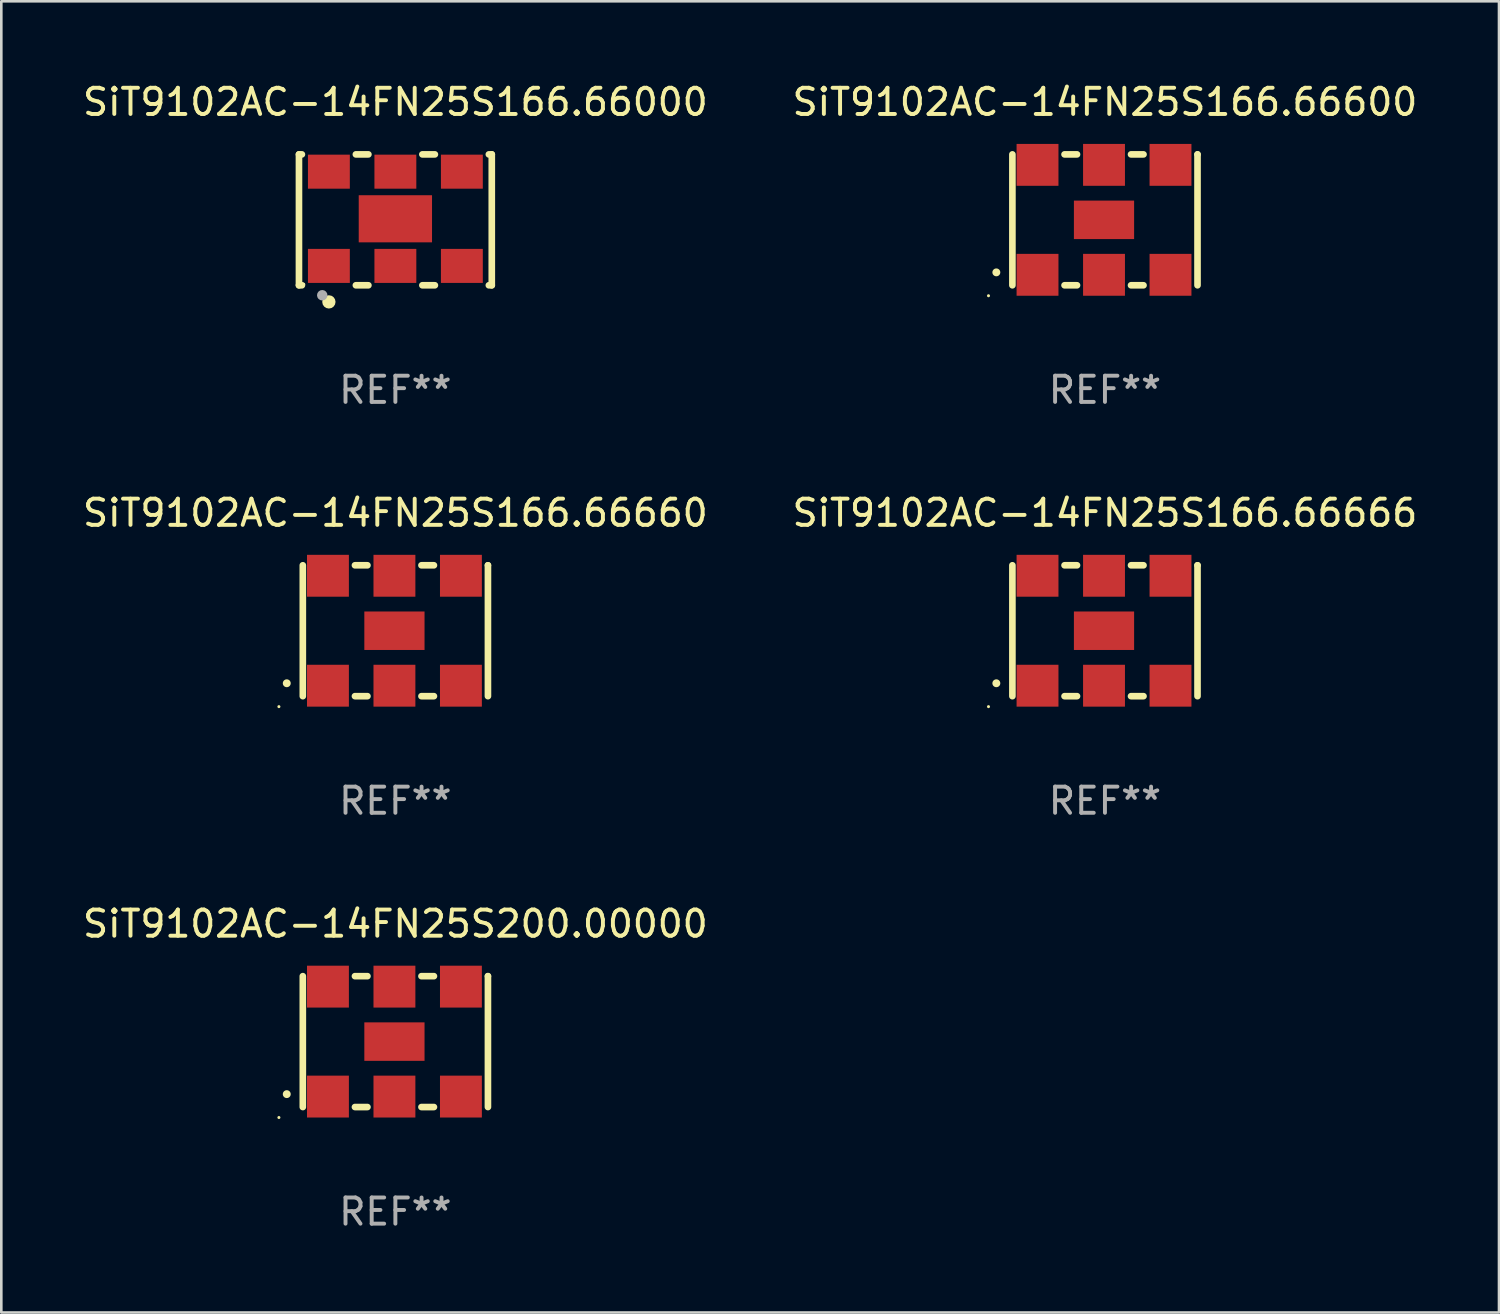
<source format=kicad_pcb>
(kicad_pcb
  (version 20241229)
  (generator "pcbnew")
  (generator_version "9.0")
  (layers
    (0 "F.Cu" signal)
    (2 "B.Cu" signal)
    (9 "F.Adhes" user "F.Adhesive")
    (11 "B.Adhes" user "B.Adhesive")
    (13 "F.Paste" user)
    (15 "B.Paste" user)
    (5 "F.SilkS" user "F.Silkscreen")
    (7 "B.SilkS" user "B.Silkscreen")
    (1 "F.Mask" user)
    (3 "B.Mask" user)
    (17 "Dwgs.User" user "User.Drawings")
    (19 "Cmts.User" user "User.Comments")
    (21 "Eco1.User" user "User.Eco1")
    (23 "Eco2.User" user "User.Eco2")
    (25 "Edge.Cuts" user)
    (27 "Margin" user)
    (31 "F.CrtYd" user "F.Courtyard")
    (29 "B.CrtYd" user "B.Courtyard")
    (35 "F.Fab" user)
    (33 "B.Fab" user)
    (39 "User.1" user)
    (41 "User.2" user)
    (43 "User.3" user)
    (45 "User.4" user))
  (footprint "SiT9102AC-14FN25S166.66600"
    (layer "F.Cu")
    (at 39.161 5.348)
    (property "Reference" "SiT9102AC-14FN25S166.66600" (at 0 -4.5 0) (layer "F.SilkS") (effects (font (size 1 1) (thickness 0.15))))
    (attr through_hole)
    (fp_line (start -3.536 -2.5) (end -3.536 2.5) (stroke (width 0.254) (type solid)) (layer "F.SilkS"))
    (fp_line (start -1.544 2.5) (end -1.067 2.5) (stroke (width 0.254) (type solid)) (layer "F.SilkS"))
    (fp_line (start -1.067 -2.5) (end -1.544 -2.5) (stroke (width 0.254) (type solid)) (layer "F.SilkS"))
    (fp_line (start 0.996 2.5) (end 1.473 2.5) (stroke (width 0.254) (type solid)) (layer "F.SilkS"))
    (fp_line (start 1.473 -2.5) (end 0.996 -2.5) (stroke (width 0.254) (type solid)) (layer "F.SilkS"))
    (fp_line (start 3.536 -2.5) (end 3.536 -2.5) (stroke (width 0.254) (type solid)) (layer "F.SilkS"))
    (fp_line (start 3.536 2.5) (end 3.536 -2.5) (stroke (width 0.254) (type solid)) (layer "F.SilkS"))
    (fp_arc (start -4.150432 2.006604) (mid -4.149162 2.006599) (end -4.147892 2.006604) (stroke (width 0.3) (type solid)) (layer "F.SilkS"))
    (fp_circle (center -4.449 2.9) (end -4.419 2.9) (stroke (width 0.06) (type solid)) (fill no) (layer "F.SilkS"))
    (fp_text user "REF**" (at 0 6.5 0) (layer "F.Fab") (effects (font (size 1 1) (thickness 0.15))))
    (pad "1" smd rect (at -2.576 2.1) (size 1.6 1.6) (layers "F.Cu" "F.Mask" "F.Paste"))
    (pad "2" smd rect (at -0.036 2.1) (size 1.6 1.6) (layers "F.Cu" "F.Mask" "F.Paste"))
    (pad "3" smd rect (at 2.504 2.1) (size 1.6 1.6) (layers "F.Cu" "F.Mask" "F.Paste"))
    (pad "4" smd rect (at 2.504 -2.1) (size 1.6 1.6) (layers "F.Cu" "F.Mask" "F.Paste"))
    (pad "5" smd rect (at -0.036 -2.1) (size 1.6 1.6) (layers "F.Cu" "F.Mask" "F.Paste"))
    (pad "6" smd rect (at -2.576 -2.1) (size 1.6 1.6) (layers "F.Cu" "F.Mask" "F.Paste"))
    (pad "7" smd rect (at -0.036 0) (size 2.3 1.47) (layers "F.Cu" "F.Mask" "F.Paste")))
  (footprint "SiT9102AC-14FN25S166.66000"
    (layer "F.Cu")
    (at 12.054 5.348)
    (property "Reference" "SiT9102AC-14FN25S166.66000" (at 0 -4.5 0) (layer "F.SilkS") (effects (font (size 1 1) (thickness 0.15))))
    (attr through_hole)
    (fp_line (start -3.683 -2.5) (end -3.571 -2.5) (stroke (width 0.254) (type solid)) (layer "F.SilkS"))
    (fp_line (start -3.683 2.5) (end -3.683 -2.5) (stroke (width 0.254) (type solid)) (layer "F.SilkS"))
    (fp_line (start -3.683 2.5) (end -3.571 2.5) (stroke (width 0.254) (type solid)) (layer "F.SilkS"))
    (fp_line (start -1.509 -2.5) (end -1.031 -2.5) (stroke (width 0.254) (type solid)) (layer "F.SilkS"))
    (fp_line (start -1.509 2.5) (end -1.031 2.5) (stroke (width 0.254) (type solid)) (layer "F.SilkS"))
    (fp_line (start 1.031 -2.5) (end 1.509 -2.5) (stroke (width 0.254) (type solid)) (layer "F.SilkS"))
    (fp_line (start 1.031 2.5) (end 1.509 2.5) (stroke (width 0.254) (type solid)) (layer "F.SilkS"))
    (fp_line (start 3.571 -2.5) (end 3.683 -2.5) (stroke (width 0.254) (type solid)) (layer "F.SilkS"))
    (fp_line (start 3.571 2.5) (end 3.683 2.5) (stroke (width 0.254) (type solid)) (layer "F.SilkS"))
    (fp_line (start 3.683 2.5) (end 3.683 -2.5) (stroke (width 0.254) (type solid)) (layer "F.SilkS"))
    (fp_circle (center -3.5 2.46) (end -3.47 2.46) (stroke (width 0.06) (type solid)) (fill no) (layer "F.SilkS"))
    (fp_circle (center -2.54 3.135) (end -2.413 3.135) (stroke (width 0.254) (type solid)) (fill no) (layer "F.SilkS"))
    (fp_circle (center -2.794 2.881) (end -2.694 2.881) (stroke (width 0.2) (type solid)) (fill no) (layer "F.Fab"))
    (fp_text user "REF**" (at 0 6.5 0) (layer "F.Fab") (effects (font (size 1 1) (thickness 0.15))))
    (pad "1" smd rect (at -2.54 1.76) (size 1.6 1.3) (layers "F.Cu" "F.Mask" "F.Paste"))
    (pad "2" smd rect (at 0 1.76) (size 1.6 1.3) (layers "F.Cu" "F.Mask" "F.Paste"))
    (pad "3" smd rect (at 2.54 1.76) (size 1.6 1.3) (layers "F.Cu" "F.Mask" "F.Paste"))
    (pad "4" smd rect (at 2.54 -1.84) (size 1.6 1.3) (layers "F.Cu" "F.Mask" "F.Paste"))
    (pad "5" smd rect (at 0 -1.84) (size 1.6 1.3) (layers "F.Cu" "F.Mask" "F.Paste"))
    (pad "6" smd rect (at -2.54 -1.84) (size 1.6 1.3) (layers "F.Cu" "F.Mask" "F.Paste"))
    (pad "7" smd rect (at 0 -0.04) (size 2.8 1.8) (layers "F.Cu" "F.Mask" "F.Paste")))
  (footprint "SiT9102AC-14FN25S166.66666"
    (layer "F.Cu")
    (at 39.161 21.045)
    (property "Reference" "SiT9102AC-14FN25S166.66666" (at 0 -4.5 0) (layer "F.SilkS") (effects (font (size 1 1) (thickness 0.15))))
    (attr through_hole)
    (fp_line (start -3.536 -2.5) (end -3.536 2.5) (stroke (width 0.254) (type solid)) (layer "F.SilkS"))
    (fp_line (start -1.544 2.5) (end -1.067 2.5) (stroke (width 0.254) (type solid)) (layer "F.SilkS"))
    (fp_line (start -1.067 -2.5) (end -1.544 -2.5) (stroke (width 0.254) (type solid)) (layer "F.SilkS"))
    (fp_line (start 0.996 2.5) (end 1.473 2.5) (stroke (width 0.254) (type solid)) (layer "F.SilkS"))
    (fp_line (start 1.473 -2.5) (end 0.996 -2.5) (stroke (width 0.254) (type solid)) (layer "F.SilkS"))
    (fp_line (start 3.536 -2.5) (end 3.536 -2.5) (stroke (width 0.254) (type solid)) (layer "F.SilkS"))
    (fp_line (start 3.536 2.5) (end 3.536 -2.5) (stroke (width 0.254) (type solid)) (layer "F.SilkS"))
    (fp_arc (start -4.150432 2.006604) (mid -4.149162 2.006599) (end -4.147892 2.006604) (stroke (width 0.3) (type solid)) (layer "F.SilkS"))
    (fp_circle (center -4.449 2.9) (end -4.419 2.9) (stroke (width 0.06) (type solid)) (fill no) (layer "F.SilkS"))
    (fp_text user "REF**" (at 0 6.5 0) (layer "F.Fab") (effects (font (size 1 1) (thickness 0.15))))
    (pad "1" smd rect (at -2.576 2.1) (size 1.6 1.6) (layers "F.Cu" "F.Mask" "F.Paste"))
    (pad "2" smd rect (at -0.036 2.1) (size 1.6 1.6) (layers "F.Cu" "F.Mask" "F.Paste"))
    (pad "3" smd rect (at 2.504 2.1) (size 1.6 1.6) (layers "F.Cu" "F.Mask" "F.Paste"))
    (pad "4" smd rect (at 2.504 -2.1) (size 1.6 1.6) (layers "F.Cu" "F.Mask" "F.Paste"))
    (pad "5" smd rect (at -0.036 -2.1) (size 1.6 1.6) (layers "F.Cu" "F.Mask" "F.Paste"))
    (pad "6" smd rect (at -2.576 -2.1) (size 1.6 1.6) (layers "F.Cu" "F.Mask" "F.Paste"))
    (pad "7" smd rect (at -0.036 0) (size 2.3 1.47) (layers "F.Cu" "F.Mask" "F.Paste")))
  (footprint "SiT9102AC-14FN25S166.66660"
    (layer "F.Cu")
    (at 12.054 21.045)
    (property "Reference" "SiT9102AC-14FN25S166.66660" (at 0 -4.5 0) (layer "F.SilkS") (effects (font (size 1 1) (thickness 0.15))))
    (attr through_hole)
    (fp_line (start -3.536 -2.5) (end -3.536 2.5) (stroke (width 0.254) (type solid)) (layer "F.SilkS"))
    (fp_line (start -1.544 2.5) (end -1.067 2.5) (stroke (width 0.254) (type solid)) (layer "F.SilkS"))
    (fp_line (start -1.067 -2.5) (end -1.544 -2.5) (stroke (width 0.254) (type solid)) (layer "F.SilkS"))
    (fp_line (start 0.996 2.5) (end 1.473 2.5) (stroke (width 0.254) (type solid)) (layer "F.SilkS"))
    (fp_line (start 1.473 -2.5) (end 0.996 -2.5) (stroke (width 0.254) (type solid)) (layer "F.SilkS"))
    (fp_line (start 3.536 -2.5) (end 3.536 -2.5) (stroke (width 0.254) (type solid)) (layer "F.SilkS"))
    (fp_line (start 3.536 2.5) (end 3.536 -2.5) (stroke (width 0.254) (type solid)) (layer "F.SilkS"))
    (fp_arc (start -4.150432 2.006604) (mid -4.149162 2.006599) (end -4.147892 2.006604) (stroke (width 0.3) (type solid)) (layer "F.SilkS"))
    (fp_circle (center -4.449 2.9) (end -4.419 2.9) (stroke (width 0.06) (type solid)) (fill no) (layer "F.SilkS"))
    (fp_text user "REF**" (at 0 6.5 0) (layer "F.Fab") (effects (font (size 1 1) (thickness 0.15))))
    (pad "1" smd rect (at -2.576 2.1) (size 1.6 1.6) (layers "F.Cu" "F.Mask" "F.Paste"))
    (pad "2" smd rect (at -0.036 2.1) (size 1.6 1.6) (layers "F.Cu" "F.Mask" "F.Paste"))
    (pad "3" smd rect (at 2.504 2.1) (size 1.6 1.6) (layers "F.Cu" "F.Mask" "F.Paste"))
    (pad "4" smd rect (at 2.504 -2.1) (size 1.6 1.6) (layers "F.Cu" "F.Mask" "F.Paste"))
    (pad "5" smd rect (at -0.036 -2.1) (size 1.6 1.6) (layers "F.Cu" "F.Mask" "F.Paste"))
    (pad "6" smd rect (at -2.576 -2.1) (size 1.6 1.6) (layers "F.Cu" "F.Mask" "F.Paste"))
    (pad "7" smd rect (at -0.036 0) (size 2.3 1.47) (layers "F.Cu" "F.Mask" "F.Paste")))
  (footprint "SiT9102AC-14FN25S200.00000"
    (layer "F.Cu")
    (at 12.054 36.741)
    (property "Reference" "SiT9102AC-14FN25S200.00000" (at 0 -4.5 0) (layer "F.SilkS") (effects (font (size 1 1) (thickness 0.15))))
    (attr through_hole)
    (fp_line (start -3.536 -2.5) (end -3.536 2.5) (stroke (width 0.254) (type solid)) (layer "F.SilkS"))
    (fp_line (start -1.544 2.5) (end -1.067 2.5) (stroke (width 0.254) (type solid)) (layer "F.SilkS"))
    (fp_line (start -1.067 -2.5) (end -1.544 -2.5) (stroke (width 0.254) (type solid)) (layer "F.SilkS"))
    (fp_line (start 0.996 2.5) (end 1.473 2.5) (stroke (width 0.254) (type solid)) (layer "F.SilkS"))
    (fp_line (start 1.473 -2.5) (end 0.996 -2.5) (stroke (width 0.254) (type solid)) (layer "F.SilkS"))
    (fp_line (start 3.536 -2.5) (end 3.536 -2.5) (stroke (width 0.254) (type solid)) (layer "F.SilkS"))
    (fp_line (start 3.536 2.5) (end 3.536 -2.5) (stroke (width 0.254) (type solid)) (layer "F.SilkS"))
    (fp_arc (start -4.150432 2.006604) (mid -4.149162 2.006599) (end -4.147892 2.006604) (stroke (width 0.3) (type solid)) (layer "F.SilkS"))
    (fp_circle (center -4.449 2.9) (end -4.419 2.9) (stroke (width 0.06) (type solid)) (fill no) (layer "F.SilkS"))
    (fp_text user "REF**" (at 0 6.5 0) (layer "F.Fab") (effects (font (size 1 1) (thickness 0.15))))
    (pad "1" smd rect (at -2.576 2.1) (size 1.6 1.6) (layers "F.Cu" "F.Mask" "F.Paste"))
    (pad "2" smd rect (at -0.036 2.1) (size 1.6 1.6) (layers "F.Cu" "F.Mask" "F.Paste"))
    (pad "3" smd rect (at 2.504 2.1) (size 1.6 1.6) (layers "F.Cu" "F.Mask" "F.Paste"))
    (pad "4" smd rect (at 2.504 -2.1) (size 1.6 1.6) (layers "F.Cu" "F.Mask" "F.Paste"))
    (pad "5" smd rect (at -0.036 -2.1) (size 1.6 1.6) (layers "F.Cu" "F.Mask" "F.Paste"))
    (pad "6" smd rect (at -2.576 -2.1) (size 1.6 1.6) (layers "F.Cu" "F.Mask" "F.Paste"))
    (pad "7" smd rect (at -0.036 0) (size 2.3 1.47) (layers "F.Cu" "F.Mask" "F.Paste")))
  (gr_rect
    (start -3 -3)
    (end 54.214 47.09)
    (stroke (width 0.1) (type default))
    (fill no)
    (layer "Edge.Cuts")))
</source>
